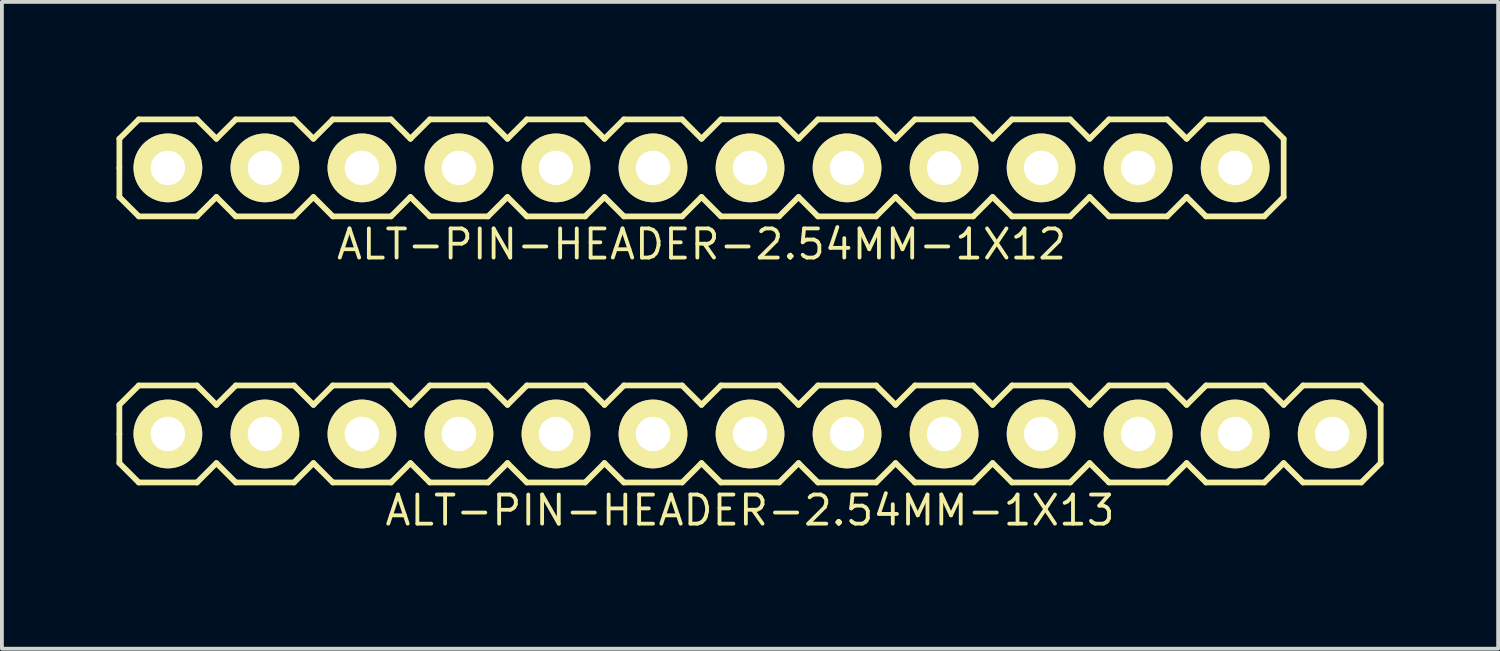
<source format=kicad_pcb>
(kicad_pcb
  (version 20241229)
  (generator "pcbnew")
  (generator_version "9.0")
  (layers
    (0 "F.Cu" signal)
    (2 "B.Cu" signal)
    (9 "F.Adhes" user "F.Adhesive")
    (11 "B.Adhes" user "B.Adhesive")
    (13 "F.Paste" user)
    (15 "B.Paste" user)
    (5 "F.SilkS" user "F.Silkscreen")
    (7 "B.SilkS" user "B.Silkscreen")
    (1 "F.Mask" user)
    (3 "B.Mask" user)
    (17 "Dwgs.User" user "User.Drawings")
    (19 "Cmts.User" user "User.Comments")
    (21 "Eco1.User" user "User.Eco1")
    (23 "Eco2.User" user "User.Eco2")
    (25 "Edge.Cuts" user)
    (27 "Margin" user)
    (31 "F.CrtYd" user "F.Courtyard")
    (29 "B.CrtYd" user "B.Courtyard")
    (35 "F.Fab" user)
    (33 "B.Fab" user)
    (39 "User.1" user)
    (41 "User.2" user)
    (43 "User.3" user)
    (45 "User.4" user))
  (footprint "ALT-PIN-HEADER-2.54MM-1X12"
    (layer "F.Cu")
    (at 15.315 1.345)
    (property "Reference" "ALT-PIN-HEADER-2.54MM-1X12" (at 0 2 0) (layer "F.SilkS") (effects (font (size 0.762 0.762) (thickness 0.1))))
    (attr through_hole)
    (fp_line (start -15.24 -0.762) (end -14.732 -1.27) (stroke (width 0.15) (type solid)) (layer "F.SilkS"))
    (fp_line (start -15.24 0) (end -15.24 -0.762) (stroke (width 0.15) (type solid)) (layer "F.SilkS"))
    (fp_line (start -15.24 0.762) (end -15.24 0) (stroke (width 0.15) (type solid)) (layer "F.SilkS"))
    (fp_line (start -14.732 -1.27) (end -13.208 -1.27) (stroke (width 0.15) (type solid)) (layer "F.SilkS"))
    (fp_line (start -14.732 1.27) (end -15.24 0.762) (stroke (width 0.15) (type solid)) (layer "F.SilkS"))
    (fp_line (start -13.208 -1.27) (end -12.7 -0.762) (stroke (width 0.15) (type solid)) (layer "F.SilkS"))
    (fp_line (start -13.208 1.27) (end -14.732 1.27) (stroke (width 0.15) (type solid)) (layer "F.SilkS"))
    (fp_line (start -12.7 -0.762) (end -12.192 -1.27) (stroke (width 0.15) (type solid)) (layer "F.SilkS"))
    (fp_line (start -12.7 0.762) (end -13.208 1.27) (stroke (width 0.15) (type solid)) (layer "F.SilkS"))
    (fp_line (start -12.192 -1.27) (end -10.668 -1.27) (stroke (width 0.15) (type solid)) (layer "F.SilkS"))
    (fp_line (start -12.192 1.27) (end -12.7 0.762) (stroke (width 0.15) (type solid)) (layer "F.SilkS"))
    (fp_line (start -10.668 -1.27) (end -10.16 -0.762) (stroke (width 0.15) (type solid)) (layer "F.SilkS"))
    (fp_line (start -10.668 1.27) (end -12.192 1.27) (stroke (width 0.15) (type solid)) (layer "F.SilkS"))
    (fp_line (start -10.16 -0.762) (end -9.652 -1.27) (stroke (width 0.15) (type solid)) (layer "F.SilkS"))
    (fp_line (start -10.16 0.762) (end -10.668 1.27) (stroke (width 0.15) (type solid)) (layer "F.SilkS"))
    (fp_line (start -9.652 -1.27) (end -8.128 -1.27) (stroke (width 0.15) (type solid)) (layer "F.SilkS"))
    (fp_line (start -9.652 1.27) (end -10.16 0.762) (stroke (width 0.15) (type solid)) (layer "F.SilkS"))
    (fp_line (start -8.128 -1.27) (end -7.62 -0.762) (stroke (width 0.15) (type solid)) (layer "F.SilkS"))
    (fp_line (start -8.128 1.27) (end -9.652 1.27) (stroke (width 0.15) (type solid)) (layer "F.SilkS"))
    (fp_line (start -7.62 -0.762) (end -7.112 -1.27) (stroke (width 0.15) (type solid)) (layer "F.SilkS"))
    (fp_line (start -7.62 0.762) (end -8.128 1.27) (stroke (width 0.15) (type solid)) (layer "F.SilkS"))
    (fp_line (start -7.112 -1.27) (end -5.588 -1.27) (stroke (width 0.15) (type solid)) (layer "F.SilkS"))
    (fp_line (start -7.112 1.27) (end -7.62 0.762) (stroke (width 0.15) (type solid)) (layer "F.SilkS"))
    (fp_line (start -5.588 -1.27) (end -5.08 -0.762) (stroke (width 0.15) (type solid)) (layer "F.SilkS"))
    (fp_line (start -5.588 1.27) (end -7.112 1.27) (stroke (width 0.15) (type solid)) (layer "F.SilkS"))
    (fp_line (start -5.08 -0.762) (end -4.572 -1.27) (stroke (width 0.15) (type solid)) (layer "F.SilkS"))
    (fp_line (start -5.08 0.762) (end -5.588 1.27) (stroke (width 0.15) (type solid)) (layer "F.SilkS"))
    (fp_line (start -4.572 -1.27) (end -3.048 -1.27) (stroke (width 0.15) (type solid)) (layer "F.SilkS"))
    (fp_line (start -4.572 1.27) (end -5.08 0.762) (stroke (width 0.15) (type solid)) (layer "F.SilkS"))
    (fp_line (start -3.048 -1.27) (end -2.54 -0.762) (stroke (width 0.15) (type solid)) (layer "F.SilkS"))
    (fp_line (start -3.048 1.27) (end -4.572 1.27) (stroke (width 0.15) (type solid)) (layer "F.SilkS"))
    (fp_line (start -2.54 -0.762) (end -2.032 -1.27) (stroke (width 0.15) (type solid)) (layer "F.SilkS"))
    (fp_line (start -2.54 0.762) (end -3.048 1.27) (stroke (width 0.15) (type solid)) (layer "F.SilkS"))
    (fp_line (start -2.032 -1.27) (end -0.508 -1.27) (stroke (width 0.15) (type solid)) (layer "F.SilkS"))
    (fp_line (start -2.032 1.27) (end -2.54 0.762) (stroke (width 0.15) (type solid)) (layer "F.SilkS"))
    (fp_line (start -0.508 -1.27) (end 0 -0.762) (stroke (width 0.15) (type solid)) (layer "F.SilkS"))
    (fp_line (start -0.508 1.27) (end -2.032 1.27) (stroke (width 0.15) (type solid)) (layer "F.SilkS"))
    (fp_line (start 0 -0.762) (end 0.508 -1.27) (stroke (width 0.15) (type solid)) (layer "F.SilkS"))
    (fp_line (start 0 0.762) (end -0.508 1.27) (stroke (width 0.15) (type solid)) (layer "F.SilkS"))
    (fp_line (start 0.508 -1.27) (end 2.032 -1.27) (stroke (width 0.15) (type solid)) (layer "F.SilkS"))
    (fp_line (start 0.508 1.27) (end 0 0.762) (stroke (width 0.15) (type solid)) (layer "F.SilkS"))
    (fp_line (start 2.032 -1.27) (end 2.54 -0.762) (stroke (width 0.15) (type solid)) (layer "F.SilkS"))
    (fp_line (start 2.032 1.27) (end 0.508 1.27) (stroke (width 0.15) (type solid)) (layer "F.SilkS"))
    (fp_line (start 2.54 -0.762) (end 3.048 -1.27) (stroke (width 0.15) (type solid)) (layer "F.SilkS"))
    (fp_line (start 2.54 0.762) (end 2.032 1.27) (stroke (width 0.15) (type solid)) (layer "F.SilkS"))
    (fp_line (start 3.048 -1.27) (end 4.572 -1.27) (stroke (width 0.15) (type solid)) (layer "F.SilkS"))
    (fp_line (start 3.048 1.27) (end 2.54 0.762) (stroke (width 0.15) (type solid)) (layer "F.SilkS"))
    (fp_line (start 4.572 -1.27) (end 5.08 -0.762) (stroke (width 0.15) (type solid)) (layer "F.SilkS"))
    (fp_line (start 4.572 1.27) (end 3.048 1.27) (stroke (width 0.15) (type solid)) (layer "F.SilkS"))
    (fp_line (start 5.08 -0.762) (end 5.588 -1.27) (stroke (width 0.15) (type solid)) (layer "F.SilkS"))
    (fp_line (start 5.08 0.762) (end 4.572 1.27) (stroke (width 0.15) (type solid)) (layer "F.SilkS"))
    (fp_line (start 5.588 -1.27) (end 7.112 -1.27) (stroke (width 0.15) (type solid)) (layer "F.SilkS"))
    (fp_line (start 5.588 1.27) (end 5.08 0.762) (stroke (width 0.15) (type solid)) (layer "F.SilkS"))
    (fp_line (start 7.112 -1.27) (end 7.62 -0.762) (stroke (width 0.15) (type solid)) (layer "F.SilkS"))
    (fp_line (start 7.112 1.27) (end 5.588 1.27) (stroke (width 0.15) (type solid)) (layer "F.SilkS"))
    (fp_line (start 7.62 -0.762) (end 8.128 -1.27) (stroke (width 0.15) (type solid)) (layer "F.SilkS"))
    (fp_line (start 7.62 0.762) (end 7.112 1.27) (stroke (width 0.15) (type solid)) (layer "F.SilkS"))
    (fp_line (start 8.128 -1.27) (end 9.652 -1.27) (stroke (width 0.15) (type solid)) (layer "F.SilkS"))
    (fp_line (start 8.128 1.27) (end 7.62 0.762) (stroke (width 0.15) (type solid)) (layer "F.SilkS"))
    (fp_line (start 9.652 -1.27) (end 10.16 -0.762) (stroke (width 0.15) (type solid)) (layer "F.SilkS"))
    (fp_line (start 9.652 1.27) (end 8.128 1.27) (stroke (width 0.15) (type solid)) (layer "F.SilkS"))
    (fp_line (start 10.16 -0.762) (end 10.668 -1.27) (stroke (width 0.15) (type solid)) (layer "F.SilkS"))
    (fp_line (start 10.16 0.762) (end 9.652 1.27) (stroke (width 0.15) (type solid)) (layer "F.SilkS"))
    (fp_line (start 10.668 -1.27) (end 12.192 -1.27) (stroke (width 0.15) (type solid)) (layer "F.SilkS"))
    (fp_line (start 10.668 1.27) (end 10.16 0.762) (stroke (width 0.15) (type solid)) (layer "F.SilkS"))
    (fp_line (start 12.192 -1.27) (end 12.7 -0.762) (stroke (width 0.15) (type solid)) (layer "F.SilkS"))
    (fp_line (start 12.192 1.27) (end 10.668 1.27) (stroke (width 0.15) (type solid)) (layer "F.SilkS"))
    (fp_line (start 12.7 -0.762) (end 13.208 -1.27) (stroke (width 0.15) (type solid)) (layer "F.SilkS"))
    (fp_line (start 12.7 0.762) (end 12.192 1.27) (stroke (width 0.15) (type solid)) (layer "F.SilkS"))
    (fp_line (start 13.208 -1.27) (end 14.732 -1.27) (stroke (width 0.15) (type solid)) (layer "F.SilkS"))
    (fp_line (start 13.208 1.27) (end 12.7 0.762) (stroke (width 0.15) (type solid)) (layer "F.SilkS"))
    (fp_line (start 14.732 -1.27) (end 15.24 -0.762) (stroke (width 0.15) (type solid)) (layer "F.SilkS"))
    (fp_line (start 14.732 1.27) (end 13.208 1.27) (stroke (width 0.15) (type solid)) (layer "F.SilkS"))
    (fp_line (start 15.24 -0.762) (end 15.24 0.762) (stroke (width 0.15) (type solid)) (layer "F.SilkS"))
    (fp_line (start 15.24 0.762) (end 14.732 1.27) (stroke (width 0.15) (type solid)) (layer "F.SilkS"))
    (pad "1" thru_hole circle (at -13.97 0) (size 1.8 1.8) (drill 0.9) (layers "*.Cu" "*.Mask" "F.SilkS"))
    (pad "2" thru_hole circle (at -11.43 0) (size 1.8 1.8) (drill 0.9) (layers "*.Cu" "*.Mask" "F.SilkS"))
    (pad "3" thru_hole circle (at -8.89 0) (size 1.8 1.8) (drill 0.9) (layers "*.Cu" "*.Mask" "F.SilkS"))
    (pad "4" thru_hole circle (at -6.35 0) (size 1.8 1.8) (drill 0.9) (layers "*.Cu" "*.Mask" "F.SilkS"))
    (pad "5" thru_hole circle (at -3.81 0) (size 1.8 1.8) (drill 0.9) (layers "*.Cu" "*.Mask" "F.SilkS"))
    (pad "6" thru_hole circle (at -1.27 0) (size 1.8 1.8) (drill 0.9) (layers "*.Cu" "*.Mask" "F.SilkS"))
    (pad "7" thru_hole circle (at 1.27 0) (size 1.8 1.8) (drill 0.9) (layers "*.Cu" "*.Mask" "F.SilkS"))
    (pad "8" thru_hole circle (at 3.81 0) (size 1.8 1.8) (drill 0.9) (layers "*.Cu" "*.Mask" "F.SilkS"))
    (pad "9" thru_hole circle (at 6.35 0) (size 1.8 1.8) (drill 0.9) (layers "*.Cu" "*.Mask" "F.SilkS"))
    (pad "10" thru_hole circle (at 8.89 0) (size 1.8 1.8) (drill 0.9) (layers "*.Cu" "*.Mask" "F.SilkS"))
    (pad "11" thru_hole circle (at 11.43 0) (size 1.8 1.8) (drill 0.9) (layers "*.Cu" "*.Mask" "F.SilkS"))
    (pad "12" thru_hole circle (at 13.97 0) (size 1.8 1.8) (drill 0.9) (layers "*.Cu" "*.Mask" "F.SilkS")))
  (footprint "ALT-PIN-HEADER-2.54MM-1X13"
    (layer "F.Cu")
    (at 16.585 8.311)
    (property "Reference" "ALT-PIN-HEADER-2.54MM-1X13" (at 0 2 0) (layer "F.SilkS") (effects (font (size 0.762 0.762) (thickness 0.1))))
    (attr through_hole)
    (fp_line (start -16.51 -0.762) (end -16.002 -1.27) (stroke (width 0.15) (type solid)) (layer "F.SilkS"))
    (fp_line (start -16.51 0) (end -16.51 -0.762) (stroke (width 0.15) (type solid)) (layer "F.SilkS"))
    (fp_line (start -16.51 0.762) (end -16.51 0) (stroke (width 0.15) (type solid)) (layer "F.SilkS"))
    (fp_line (start -16.002 -1.27) (end -14.478 -1.27) (stroke (width 0.15) (type solid)) (layer "F.SilkS"))
    (fp_line (start -16.002 1.27) (end -16.51 0.762) (stroke (width 0.15) (type solid)) (layer "F.SilkS"))
    (fp_line (start -14.478 -1.27) (end -13.97 -0.762) (stroke (width 0.15) (type solid)) (layer "F.SilkS"))
    (fp_line (start -14.478 1.27) (end -16.002 1.27) (stroke (width 0.15) (type solid)) (layer "F.SilkS"))
    (fp_line (start -13.97 -0.762) (end -13.462 -1.27) (stroke (width 0.15) (type solid)) (layer "F.SilkS"))
    (fp_line (start -13.97 0.762) (end -14.478 1.27) (stroke (width 0.15) (type solid)) (layer "F.SilkS"))
    (fp_line (start -13.462 -1.27) (end -11.938 -1.27) (stroke (width 0.15) (type solid)) (layer "F.SilkS"))
    (fp_line (start -13.462 1.27) (end -13.97 0.762) (stroke (width 0.15) (type solid)) (layer "F.SilkS"))
    (fp_line (start -11.938 -1.27) (end -11.43 -0.762) (stroke (width 0.15) (type solid)) (layer "F.SilkS"))
    (fp_line (start -11.938 1.27) (end -13.462 1.27) (stroke (width 0.15) (type solid)) (layer "F.SilkS"))
    (fp_line (start -11.43 -0.762) (end -10.922 -1.27) (stroke (width 0.15) (type solid)) (layer "F.SilkS"))
    (fp_line (start -11.43 0.762) (end -11.938 1.27) (stroke (width 0.15) (type solid)) (layer "F.SilkS"))
    (fp_line (start -10.922 -1.27) (end -9.398 -1.27) (stroke (width 0.15) (type solid)) (layer "F.SilkS"))
    (fp_line (start -10.922 1.27) (end -11.43 0.762) (stroke (width 0.15) (type solid)) (layer "F.SilkS"))
    (fp_line (start -9.398 -1.27) (end -8.89 -0.762) (stroke (width 0.15) (type solid)) (layer "F.SilkS"))
    (fp_line (start -9.398 1.27) (end -10.922 1.27) (stroke (width 0.15) (type solid)) (layer "F.SilkS"))
    (fp_line (start -8.89 -0.762) (end -8.382 -1.27) (stroke (width 0.15) (type solid)) (layer "F.SilkS"))
    (fp_line (start -8.89 0.762) (end -9.398 1.27) (stroke (width 0.15) (type solid)) (layer "F.SilkS"))
    (fp_line (start -8.382 -1.27) (end -6.858 -1.27) (stroke (width 0.15) (type solid)) (layer "F.SilkS"))
    (fp_line (start -8.382 1.27) (end -8.89 0.762) (stroke (width 0.15) (type solid)) (layer "F.SilkS"))
    (fp_line (start -6.858 -1.27) (end -6.35 -0.762) (stroke (width 0.15) (type solid)) (layer "F.SilkS"))
    (fp_line (start -6.858 1.27) (end -8.382 1.27) (stroke (width 0.15) (type solid)) (layer "F.SilkS"))
    (fp_line (start -6.35 -0.762) (end -5.842 -1.27) (stroke (width 0.15) (type solid)) (layer "F.SilkS"))
    (fp_line (start -6.35 0.762) (end -6.858 1.27) (stroke (width 0.15) (type solid)) (layer "F.SilkS"))
    (fp_line (start -5.842 -1.27) (end -4.318 -1.27) (stroke (width 0.15) (type solid)) (layer "F.SilkS"))
    (fp_line (start -5.842 1.27) (end -6.35 0.762) (stroke (width 0.15) (type solid)) (layer "F.SilkS"))
    (fp_line (start -4.318 -1.27) (end -3.81 -0.762) (stroke (width 0.15) (type solid)) (layer "F.SilkS"))
    (fp_line (start -4.318 1.27) (end -5.842 1.27) (stroke (width 0.15) (type solid)) (layer "F.SilkS"))
    (fp_line (start -3.81 -0.762) (end -3.302 -1.27) (stroke (width 0.15) (type solid)) (layer "F.SilkS"))
    (fp_line (start -3.81 0.762) (end -4.318 1.27) (stroke (width 0.15) (type solid)) (layer "F.SilkS"))
    (fp_line (start -3.302 -1.27) (end -1.778 -1.27) (stroke (width 0.15) (type solid)) (layer "F.SilkS"))
    (fp_line (start -3.302 1.27) (end -3.81 0.762) (stroke (width 0.15) (type solid)) (layer "F.SilkS"))
    (fp_line (start -1.778 -1.27) (end -1.27 -0.762) (stroke (width 0.15) (type solid)) (layer "F.SilkS"))
    (fp_line (start -1.778 1.27) (end -3.302 1.27) (stroke (width 0.15) (type solid)) (layer "F.SilkS"))
    (fp_line (start -1.27 -0.762) (end -0.762 -1.27) (stroke (width 0.15) (type solid)) (layer "F.SilkS"))
    (fp_line (start -1.27 0.762) (end -1.778 1.27) (stroke (width 0.15) (type solid)) (layer "F.SilkS"))
    (fp_line (start -0.762 -1.27) (end 0.762 -1.27) (stroke (width 0.15) (type solid)) (layer "F.SilkS"))
    (fp_line (start -0.762 1.27) (end -1.27 0.762) (stroke (width 0.15) (type solid)) (layer "F.SilkS"))
    (fp_line (start 0.762 -1.27) (end 1.27 -0.762) (stroke (width 0.15) (type solid)) (layer "F.SilkS"))
    (fp_line (start 0.762 1.27) (end -0.762 1.27) (stroke (width 0.15) (type solid)) (layer "F.SilkS"))
    (fp_line (start 1.27 -0.762) (end 1.778 -1.27) (stroke (width 0.15) (type solid)) (layer "F.SilkS"))
    (fp_line (start 1.27 0.762) (end 0.762 1.27) (stroke (width 0.15) (type solid)) (layer "F.SilkS"))
    (fp_line (start 1.778 -1.27) (end 3.302 -1.27) (stroke (width 0.15) (type solid)) (layer "F.SilkS"))
    (fp_line (start 1.778 1.27) (end 1.27 0.762) (stroke (width 0.15) (type solid)) (layer "F.SilkS"))
    (fp_line (start 3.302 -1.27) (end 3.81 -0.762) (stroke (width 0.15) (type solid)) (layer "F.SilkS"))
    (fp_line (start 3.302 1.27) (end 1.778 1.27) (stroke (width 0.15) (type solid)) (layer "F.SilkS"))
    (fp_line (start 3.81 -0.762) (end 4.318 -1.27) (stroke (width 0.15) (type solid)) (layer "F.SilkS"))
    (fp_line (start 3.81 0.762) (end 3.302 1.27) (stroke (width 0.15) (type solid)) (layer "F.SilkS"))
    (fp_line (start 4.318 -1.27) (end 5.842 -1.27) (stroke (width 0.15) (type solid)) (layer "F.SilkS"))
    (fp_line (start 4.318 1.27) (end 3.81 0.762) (stroke (width 0.15) (type solid)) (layer "F.SilkS"))
    (fp_line (start 5.842 -1.27) (end 6.35 -0.762) (stroke (width 0.15) (type solid)) (layer "F.SilkS"))
    (fp_line (start 5.842 1.27) (end 4.318 1.27) (stroke (width 0.15) (type solid)) (layer "F.SilkS"))
    (fp_line (start 6.35 -0.762) (end 6.858 -1.27) (stroke (width 0.15) (type solid)) (layer "F.SilkS"))
    (fp_line (start 6.35 0.762) (end 5.842 1.27) (stroke (width 0.15) (type solid)) (layer "F.SilkS"))
    (fp_line (start 6.858 -1.27) (end 8.382 -1.27) (stroke (width 0.15) (type solid)) (layer "F.SilkS"))
    (fp_line (start 6.858 1.27) (end 6.35 0.762) (stroke (width 0.15) (type solid)) (layer "F.SilkS"))
    (fp_line (start 8.382 -1.27) (end 8.89 -0.762) (stroke (width 0.15) (type solid)) (layer "F.SilkS"))
    (fp_line (start 8.382 1.27) (end 6.858 1.27) (stroke (width 0.15) (type solid)) (layer "F.SilkS"))
    (fp_line (start 8.89 -0.762) (end 9.398 -1.27) (stroke (width 0.15) (type solid)) (layer "F.SilkS"))
    (fp_line (start 8.89 0.762) (end 8.382 1.27) (stroke (width 0.15) (type solid)) (layer "F.SilkS"))
    (fp_line (start 9.398 -1.27) (end 10.922 -1.27) (stroke (width 0.15) (type solid)) (layer "F.SilkS"))
    (fp_line (start 9.398 1.27) (end 8.89 0.762) (stroke (width 0.15) (type solid)) (layer "F.SilkS"))
    (fp_line (start 10.922 -1.27) (end 11.43 -0.762) (stroke (width 0.15) (type solid)) (layer "F.SilkS"))
    (fp_line (start 10.922 1.27) (end 9.398 1.27) (stroke (width 0.15) (type solid)) (layer "F.SilkS"))
    (fp_line (start 11.43 -0.762) (end 11.938 -1.27) (stroke (width 0.15) (type solid)) (layer "F.SilkS"))
    (fp_line (start 11.43 0.762) (end 10.922 1.27) (stroke (width 0.15) (type solid)) (layer "F.SilkS"))
    (fp_line (start 11.938 -1.27) (end 13.462 -1.27) (stroke (width 0.15) (type solid)) (layer "F.SilkS"))
    (fp_line (start 11.938 1.27) (end 11.43 0.762) (stroke (width 0.15) (type solid)) (layer "F.SilkS"))
    (fp_line (start 13.462 -1.27) (end 13.97 -0.762) (stroke (width 0.15) (type solid)) (layer "F.SilkS"))
    (fp_line (start 13.462 1.27) (end 11.938 1.27) (stroke (width 0.15) (type solid)) (layer "F.SilkS"))
    (fp_line (start 13.97 -0.762) (end 14.478 -1.27) (stroke (width 0.15) (type solid)) (layer "F.SilkS"))
    (fp_line (start 13.97 0.762) (end 13.462 1.27) (stroke (width 0.15) (type solid)) (layer "F.SilkS"))
    (fp_line (start 14.478 -1.27) (end 16.002 -1.27) (stroke (width 0.15) (type solid)) (layer "F.SilkS"))
    (fp_line (start 14.478 1.27) (end 13.97 0.762) (stroke (width 0.15) (type solid)) (layer "F.SilkS"))
    (fp_line (start 16.002 -1.27) (end 16.51 -0.762) (stroke (width 0.15) (type solid)) (layer "F.SilkS"))
    (fp_line (start 16.002 1.27) (end 14.478 1.27) (stroke (width 0.15) (type solid)) (layer "F.SilkS"))
    (fp_line (start 16.51 -0.762) (end 16.51 0.762) (stroke (width 0.15) (type solid)) (layer "F.SilkS"))
    (fp_line (start 16.51 0.762) (end 16.002 1.27) (stroke (width 0.15) (type solid)) (layer "F.SilkS"))
    (pad "1" thru_hole circle (at -15.24 0) (size 1.8 1.8) (drill 0.9) (layers "*.Cu" "*.Mask" "F.SilkS"))
    (pad "2" thru_hole circle (at -12.7 0) (size 1.8 1.8) (drill 0.9) (layers "*.Cu" "*.Mask" "F.SilkS"))
    (pad "3" thru_hole circle (at -10.16 0) (size 1.8 1.8) (drill 0.9) (layers "*.Cu" "*.Mask" "F.SilkS"))
    (pad "4" thru_hole circle (at -7.62 0) (size 1.8 1.8) (drill 0.9) (layers "*.Cu" "*.Mask" "F.SilkS"))
    (pad "5" thru_hole circle (at -5.08 0) (size 1.8 1.8) (drill 0.9) (layers "*.Cu" "*.Mask" "F.SilkS"))
    (pad "6" thru_hole circle (at -2.54 0) (size 1.8 1.8) (drill 0.9) (layers "*.Cu" "*.Mask" "F.SilkS"))
    (pad "7" thru_hole circle (at 0 0) (size 1.8 1.8) (drill 0.9) (layers "*.Cu" "*.Mask" "F.SilkS"))
    (pad "8" thru_hole circle (at 2.54 0) (size 1.8 1.8) (drill 0.9) (layers "*.Cu" "*.Mask" "F.SilkS"))
    (pad "9" thru_hole circle (at 5.08 0) (size 1.8 1.8) (drill 0.9) (layers "*.Cu" "*.Mask" "F.SilkS"))
    (pad "10" thru_hole circle (at 7.62 0) (size 1.8 1.8) (drill 0.9) (layers "*.Cu" "*.Mask" "F.SilkS"))
    (pad "11" thru_hole circle (at 10.16 0) (size 1.8 1.8) (drill 0.9) (layers "*.Cu" "*.Mask" "F.SilkS"))
    (pad "12" thru_hole circle (at 12.7 0) (size 1.8 1.8) (drill 0.9) (layers "*.Cu" "*.Mask" "F.SilkS"))
    (pad "13" thru_hole circle (at 15.24 0) (size 1.8 1.8) (drill 0.9) (layers "*.Cu" "*.Mask" "F.SilkS")))
  (gr_rect
    (start -3 -3)
    (end 36.17 13.933)
    (stroke (width 0.1) (type default))
    (fill no)
    (layer "Edge.Cuts")))
</source>
